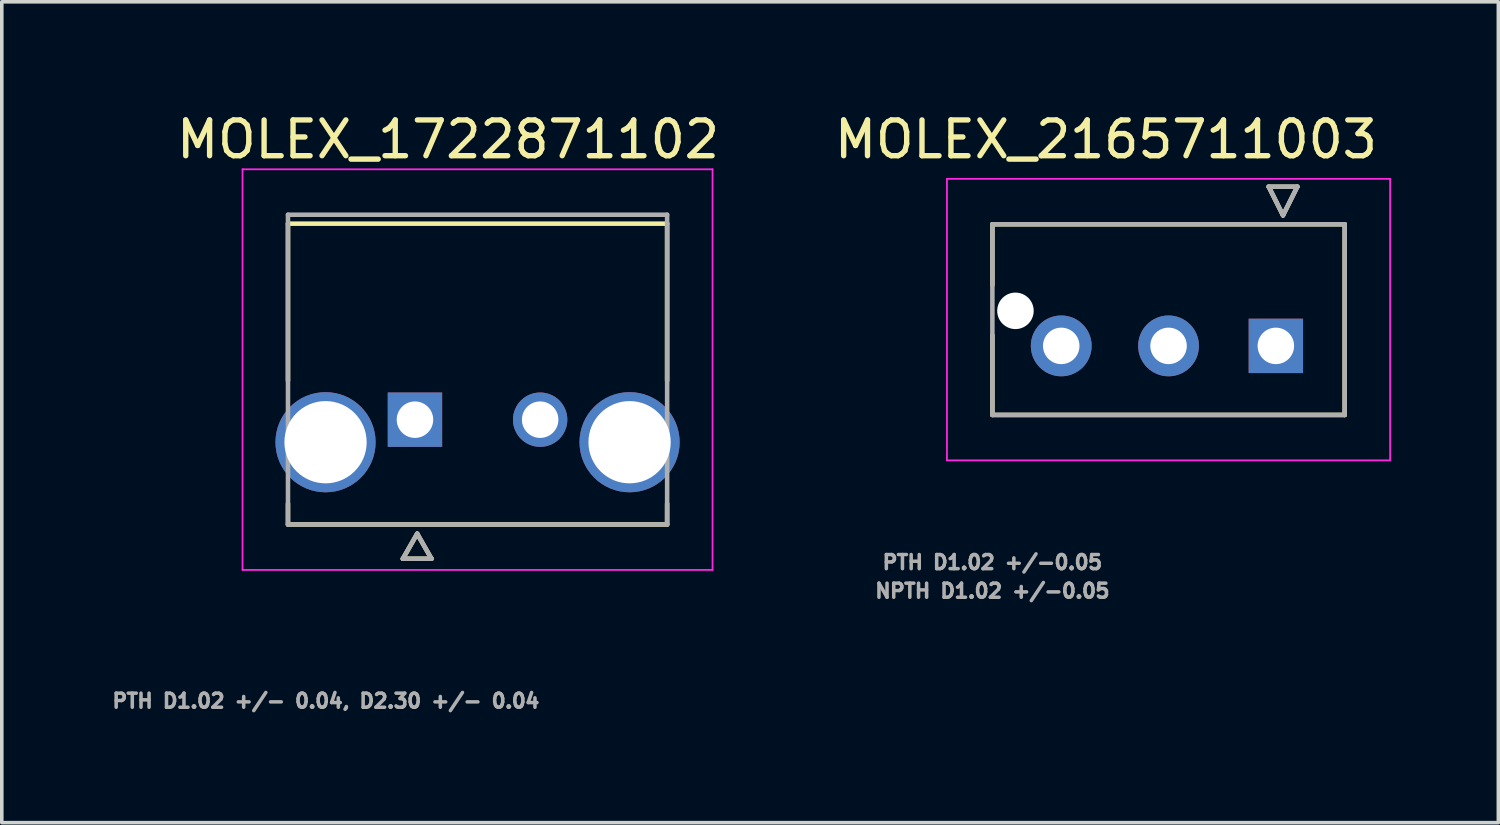
<source format=kicad_pcb>
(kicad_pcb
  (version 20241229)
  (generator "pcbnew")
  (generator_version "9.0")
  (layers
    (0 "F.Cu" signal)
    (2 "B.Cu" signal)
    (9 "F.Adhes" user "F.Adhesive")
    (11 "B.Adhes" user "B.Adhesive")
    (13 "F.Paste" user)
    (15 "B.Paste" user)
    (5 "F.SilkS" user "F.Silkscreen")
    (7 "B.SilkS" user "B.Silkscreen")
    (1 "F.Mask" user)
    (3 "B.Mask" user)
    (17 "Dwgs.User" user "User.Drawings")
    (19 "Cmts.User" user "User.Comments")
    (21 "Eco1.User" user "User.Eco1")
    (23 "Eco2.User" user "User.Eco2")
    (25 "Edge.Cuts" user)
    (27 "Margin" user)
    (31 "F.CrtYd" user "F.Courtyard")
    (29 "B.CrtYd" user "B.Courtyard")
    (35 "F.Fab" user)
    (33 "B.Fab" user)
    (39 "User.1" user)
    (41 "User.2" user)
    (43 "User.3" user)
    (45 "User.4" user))
  (footprint "MOLEX_1722871102"
    (layer "F.Cu")
    (at 8.551 8.683)
    (property "Reference" "MOLEX_1722871102" (at 0.925 -7.835 0) (layer "F.SilkS") (effects (font (size 1 1) (thickness 0.15))))
    (attr through_hole)
    (fp_circle (center -2.5 0.63) (end -1.762 0.63) (stroke (width 1.476) (type solid)) (fill no) (layer "F.Mask"))
    (fp_circle (center 3.5 0) (end 3.918 0) (stroke (width 0.836) (type solid)) (fill no) (layer "F.Mask"))
    (fp_circle (center 6 0.63) (end 6.738 0.63) (stroke (width 1.476) (type solid)) (fill no) (layer "F.Mask"))
    (fp_poly (pts (xy -0.836 -0.836) (xy 0.836 -0.836) (xy 0.836 0.836) (xy -0.836 0.836)) (stroke (width 0.01) (type solid)) (fill yes) (layer "F.Mask"))
    (fp_circle (center -2.5 0.63) (end -1.762 0.63) (stroke (width 1.476) (type solid)) (fill no) (layer "B.Mask"))
    (fp_circle (center 3.5 0) (end 3.918 0) (stroke (width 0.836) (type solid)) (fill no) (layer "B.Mask"))
    (fp_circle (center 6 0.63) (end 6.738 0.63) (stroke (width 1.476) (type solid)) (fill no) (layer "B.Mask"))
    (fp_poly (pts (xy -0.836 -0.836) (xy 0.836 -0.836) (xy 0.836 0.836) (xy -0.836 0.836)) (stroke (width 0.01) (type solid)) (fill yes) (layer "B.Mask"))
    (fp_line (start -3.55 -5.48) (end 7.05 -5.48) (stroke (width 0.127) (type solid)) (layer "F.SilkS"))
    (fp_line (start -3.55 -1.09) (end -3.55 -5.48) (stroke (width 0.127) (type solid)) (layer "F.SilkS"))
    (fp_line (start -3.55 2.93) (end -3.55 2.35) (stroke (width 0.127) (type solid)) (layer "F.SilkS"))
    (fp_line (start -0.338 3.888) (end 0.462 3.888) (stroke (width 0.127) (type solid)) (layer "F.SilkS"))
    (fp_line (start 0.062 3.188) (end -0.338 3.888) (stroke (width 0.127) (type solid)) (layer "F.SilkS"))
    (fp_line (start 0.462 3.888) (end 0.062 3.188) (stroke (width 0.127) (type solid)) (layer "F.SilkS"))
    (fp_line (start 7.05 -5.48) (end 7.05 -1.09) (stroke (width 0.127) (type solid)) (layer "F.SilkS"))
    (fp_line (start 7.05 2.35) (end 7.05 2.93) (stroke (width 0.127) (type solid)) (layer "F.SilkS"))
    (fp_line (start 7.05 2.93) (end -3.55 2.93) (stroke (width 0.127) (type solid)) (layer "F.SilkS"))
    (fp_line (start -4.82 -7) (end -4.82 4.2) (stroke (width 0.05) (type solid)) (layer "F.CrtYd"))
    (fp_line (start -4.82 4.2) (end 8.32 4.2) (stroke (width 0.05) (type solid)) (layer "F.CrtYd"))
    (fp_line (start 8.32 -7) (end -4.82 -7) (stroke (width 0.05) (type solid)) (layer "F.CrtYd"))
    (fp_line (start 8.32 4.2) (end 8.32 -7) (stroke (width 0.05) (type solid)) (layer "F.CrtYd"))
    (fp_line (start -3.55 -5.73) (end -3.55 2.93) (stroke (width 0.127) (type solid)) (layer "F.Fab"))
    (fp_line (start -3.55 2.93) (end 7.05 2.93) (stroke (width 0.127) (type solid)) (layer "F.Fab"))
    (fp_line (start -0.338 3.888) (end 0.462 3.888) (stroke (width 0.127) (type solid)) (layer "F.Fab"))
    (fp_line (start 0.062 3.188) (end -0.338 3.888) (stroke (width 0.127) (type solid)) (layer "F.Fab"))
    (fp_line (start 0.462 3.888) (end 0.062 3.188) (stroke (width 0.127) (type solid)) (layer "F.Fab"))
    (fp_line (start 7.05 -5.73) (end -3.55 -5.73) (stroke (width 0.127) (type solid)) (layer "F.Fab"))
    (fp_line (start 7.05 2.93) (end 7.05 -5.73) (stroke (width 0.127) (type solid)) (layer "F.Fab"))
    (fp_text user "PTH D1.02 +/- 0.04, D2.30 +/- 0.04" (at -2.49 7.862 0) (layer "F.Fab") (effects (font (size 0.394 0.394) (thickness 0.15))))
    (pad "1" thru_hole rect (at 0 0) (size 1.52 1.52) (drill 1.02) (layers "*.Cu"))
    (pad "2" thru_hole circle (at 3.5 0) (size 1.52 1.52) (drill 1.02) (layers "*.Cu"))
    (pad "S1" thru_hole circle (at -2.5 0.63) (size 2.8 2.8) (drill 2.3) (layers "*.Cu"))
    (pad "S2" thru_hole circle (at 6 0.63) (size 2.8 2.8) (drill 2.3) (layers "*.Cu")))
  (footprint "MOLEX_2165711003"
    (layer "F.Cu")
    (at 32.619 6.62)
    (property "Reference" "MOLEX_2165711003" (at -4.75 -5.772 0) (layer "F.SilkS") (effects (font (size 1 1) (thickness 0.15))))
    (attr through_hole)
    (fp_circle (center -7.28 -0.98) (end -6.987 -0.98) (stroke (width 0.586) (type solid)) (fill no) (layer "F.Mask"))
    (fp_circle (center -6 0) (end -5.582 0) (stroke (width 0.836) (type solid)) (fill no) (layer "F.Mask"))
    (fp_circle (center -3 0) (end -2.582 0) (stroke (width 0.836) (type solid)) (fill no) (layer "F.Mask"))
    (fp_poly (pts (xy -0.836 -0.836) (xy 0.836 -0.836) (xy 0.836 0.836) (xy -0.836 0.836)) (stroke (width 0.01) (type solid)) (fill yes) (layer "F.Mask"))
    (fp_circle (center -7.28 -0.98) (end -6.987 -0.98) (stroke (width 0.586) (type solid)) (fill no) (layer "B.Mask"))
    (fp_circle (center -6 0) (end -5.582 0) (stroke (width 0.836) (type solid)) (fill no) (layer "B.Mask"))
    (fp_circle (center -3 0) (end -2.582 0) (stroke (width 0.836) (type solid)) (fill no) (layer "B.Mask"))
    (fp_poly (pts (xy -0.836 -0.836) (xy 0.836 -0.836) (xy 0.836 0.836) (xy -0.836 0.836)) (stroke (width 0.01) (type solid)) (fill yes) (layer "B.Mask"))
    (fp_line (start -7.925 -3.4) (end -7.925 -1.7) (stroke (width 0.127) (type solid)) (layer "F.SilkS"))
    (fp_line (start -7.925 -3.4) (end 1.925 -3.4) (stroke (width 0.127) (type solid)) (layer "F.SilkS"))
    (fp_line (start -7.925 -0.3) (end -7.925 1.93) (stroke (width 0.127) (type solid)) (layer "F.SilkS"))
    (fp_line (start -0.2 -4.45) (end 0.6 -4.45) (stroke (width 0.127) (type solid)) (layer "F.SilkS"))
    (fp_line (start 0.2 -3.65) (end -0.2 -4.45) (stroke (width 0.127) (type solid)) (layer "F.SilkS"))
    (fp_line (start 0.6 -4.45) (end 0.2 -3.65) (stroke (width 0.127) (type solid)) (layer "F.SilkS"))
    (fp_line (start 1.925 -3.4) (end 1.925 1.93) (stroke (width 0.127) (type solid)) (layer "F.SilkS"))
    (fp_line (start 1.925 1.93) (end -7.925 1.93) (stroke (width 0.127) (type solid)) (layer "F.SilkS"))
    (fp_line (start -9.195 -4.67) (end 3.195 -4.67) (stroke (width 0.05) (type solid)) (layer "F.CrtYd"))
    (fp_line (start -9.195 3.2) (end -9.195 -4.67) (stroke (width 0.05) (type solid)) (layer "F.CrtYd"))
    (fp_line (start 3.195 3.2) (end -9.195 3.2) (stroke (width 0.05) (type solid)) (layer "F.CrtYd"))
    (fp_line (start 3.195 3.2) (end 3.195 -4.67) (stroke (width 0.05) (type solid)) (layer "F.CrtYd"))
    (fp_line (start -7.925 -3.4) (end 1.925 -3.4) (stroke (width 0.127) (type solid)) (layer "F.Fab"))
    (fp_line (start -7.925 1.93) (end -7.925 -3.4) (stroke (width 0.127) (type solid)) (layer "F.Fab"))
    (fp_line (start -0.2 -4.45) (end 0.6 -4.45) (stroke (width 0.127) (type solid)) (layer "F.Fab"))
    (fp_line (start 0.2 -3.65) (end -0.2 -4.45) (stroke (width 0.127) (type solid)) (layer "F.Fab"))
    (fp_line (start 0.6 -4.45) (end 0.2 -3.65) (stroke (width 0.127) (type solid)) (layer "F.Fab"))
    (fp_line (start 1.925 1.93) (end -7.925 1.93) (stroke (width 0.127) (type solid)) (layer "F.Fab"))
    (fp_line (start 1.925 1.93) (end 1.925 -3.4) (stroke (width 0.127) (type solid)) (layer "F.Fab"))
    (fp_text user "NPTH D1.02 +/-0.05" (at -7.925 6.85 0) (layer "F.Fab") (effects (font (size 0.394 0.394) (thickness 0.15))))
    (fp_text user "PTH D1.02 +/-0.05" (at -7.925 6.05 0) (layer "F.Fab") (effects (font (size 0.394 0.394) (thickness 0.15))))
    (pad "" np_thru_hole circle (at -7.28 -0.98) (size 1.02 1.02) (drill 1.02) (layers "*.Cu" "*.Mask"))
    (pad "1" thru_hole rect (at 0 0) (size 1.52 1.52) (drill 1.02) (layers "*.Cu"))
    (pad "2" thru_hole circle (at -3 0) (size 1.7 1.7) (drill 1.02) (layers "*.Cu"))
    (pad "3" thru_hole circle (at -6 0) (size 1.7 1.7) (drill 1.02) (layers "*.Cu")))
  (gr_rect
    (start -3 -3)
    (end 38.839 19.949)
    (stroke (width 0.1) (type default))
    (fill no)
    (layer "Edge.Cuts")))
</source>
